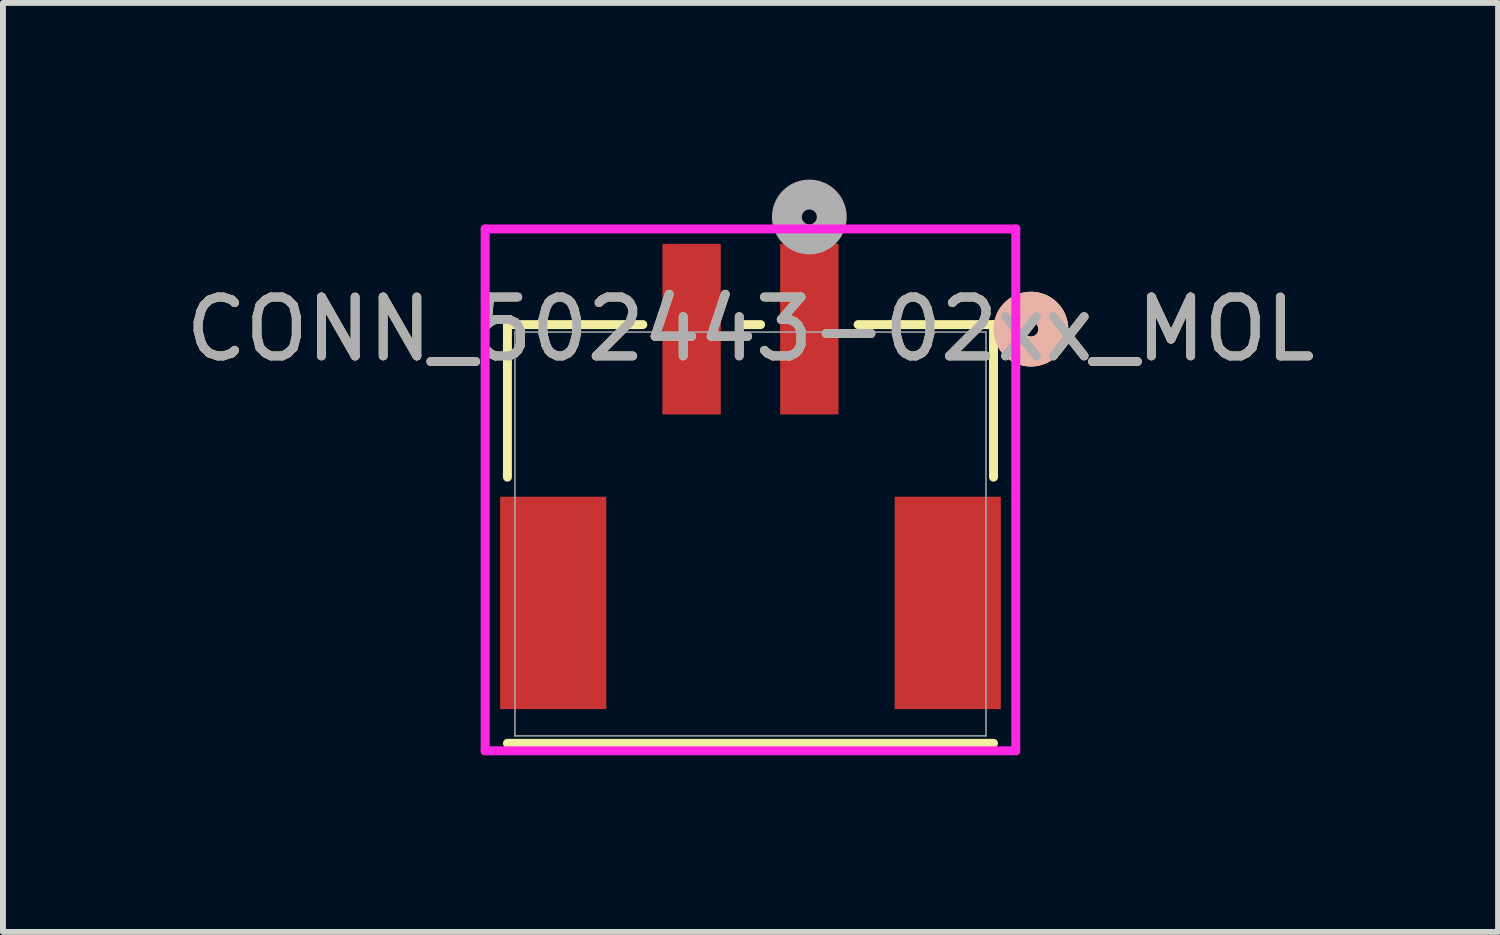
<source format=kicad_pcb>
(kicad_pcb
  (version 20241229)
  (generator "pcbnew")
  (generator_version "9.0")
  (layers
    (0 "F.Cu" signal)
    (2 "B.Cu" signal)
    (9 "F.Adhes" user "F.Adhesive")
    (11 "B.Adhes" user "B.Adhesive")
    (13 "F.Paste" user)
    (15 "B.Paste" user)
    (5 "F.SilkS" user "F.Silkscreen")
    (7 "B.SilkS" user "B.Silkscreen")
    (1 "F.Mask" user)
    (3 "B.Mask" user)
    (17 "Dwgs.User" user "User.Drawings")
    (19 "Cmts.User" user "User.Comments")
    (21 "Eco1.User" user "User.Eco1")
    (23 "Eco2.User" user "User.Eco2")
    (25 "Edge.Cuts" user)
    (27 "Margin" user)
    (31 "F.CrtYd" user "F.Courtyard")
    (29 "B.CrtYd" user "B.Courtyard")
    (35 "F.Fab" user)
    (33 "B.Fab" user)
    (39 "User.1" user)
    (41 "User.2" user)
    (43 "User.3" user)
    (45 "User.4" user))
  (footprint "CONN_502443-02xx_MOL"
    (layer "F.Cu")
    (at 9.696 6.019)
    (property "Reference" "CONN_502443-02xx_MOL" (at 0 -3.479 0) (unlocked yes) (layer "F.SilkS") (effects (font (size 1 1) (thickness 0.15))))
    (attr smd)
    (fp_line (start -4.128 -3.556) (end -4.128 -0.965) (stroke (width 0.152) (type solid)) (layer "F.SilkS"))
    (fp_line (start -4.128 3.556) (end 4.128 3.556) (stroke (width 0.152) (type solid)) (layer "F.SilkS"))
    (fp_line (start -1.828 -3.556) (end -4.128 -3.556) (stroke (width 0.152) (type solid)) (layer "F.SilkS"))
    (fp_line (start 0.172 -3.556) (end -0.172 -3.556) (stroke (width 0.152) (type solid)) (layer "F.SilkS"))
    (fp_line (start 4.128 -3.556) (end 1.828 -3.556) (stroke (width 0.152) (type solid)) (layer "F.SilkS"))
    (fp_line (start 4.128 -0.965) (end 4.128 -3.556) (stroke (width 0.152) (type solid)) (layer "F.SilkS"))
    (fp_circle (center 4.763 -3.479) (end 5.144 -3.479) (stroke (width 0.508) (type solid)) (fill no) (layer "F.SilkS"))
    (fp_circle (center 4.763 -3.479) (end 5.144 -3.479) (stroke (width 0.508) (type solid)) (fill no) (layer "B.SilkS"))
    (fp_line (start -4.506 -5.181) (end -4.506 3.683) (stroke (width 0.152) (type solid)) (layer "F.CrtYd"))
    (fp_line (start -4.506 3.683) (end 4.506 3.683) (stroke (width 0.152) (type solid)) (layer "F.CrtYd"))
    (fp_line (start 4.506 -5.181) (end -4.506 -5.181) (stroke (width 0.152) (type solid)) (layer "F.CrtYd"))
    (fp_line (start 4.506 3.683) (end 4.506 -5.181) (stroke (width 0.152) (type solid)) (layer "F.CrtYd"))
    (fp_line (start -4 -3.429) (end -4 3.429) (stroke (width 0.025) (type solid)) (layer "F.Fab"))
    (fp_line (start -4 3.429) (end 4 3.429) (stroke (width 0.025) (type solid)) (layer "F.Fab"))
    (fp_line (start 4 -3.429) (end -4 -3.429) (stroke (width 0.025) (type solid)) (layer "F.Fab"))
    (fp_line (start 4 3.429) (end 4 -3.429) (stroke (width 0.025) (type solid)) (layer "F.Fab"))
    (fp_circle (center 1 -5.384) (end 1.381 -5.384) (stroke (width 0.508) (type solid)) (fill no) (layer "F.Fab"))
    (fp_text user "${REFERENCE}" (at 0 -3.479 0) (unlocked yes) (layer "F.Fab") (effects (font (size 1 1) (thickness 0.15))))
    (pad "1" smd rect (at 1 -3.479) (size 0.991 2.896) (layers "F.Cu" "F.Mask" "F.Paste"))
    (pad "2" smd rect (at -1 -3.479) (size 0.991 2.896) (layers "F.Cu" "F.Mask" "F.Paste"))
    (pad "3" smd rect (at -3.35 1.171) (size 1.803 3.607) (layers "F.Cu" "F.Mask" "F.Paste"))
    (pad "4" smd rect (at 3.35 1.171) (size 1.803 3.607) (layers "F.Cu" "F.Mask" "F.Paste")))
  (gr_rect
    (start -3 -3)
    (end 22.393 12.778)
    (stroke (width 0.1) (type default))
    (fill no)
    (layer "Edge.Cuts")))
</source>
